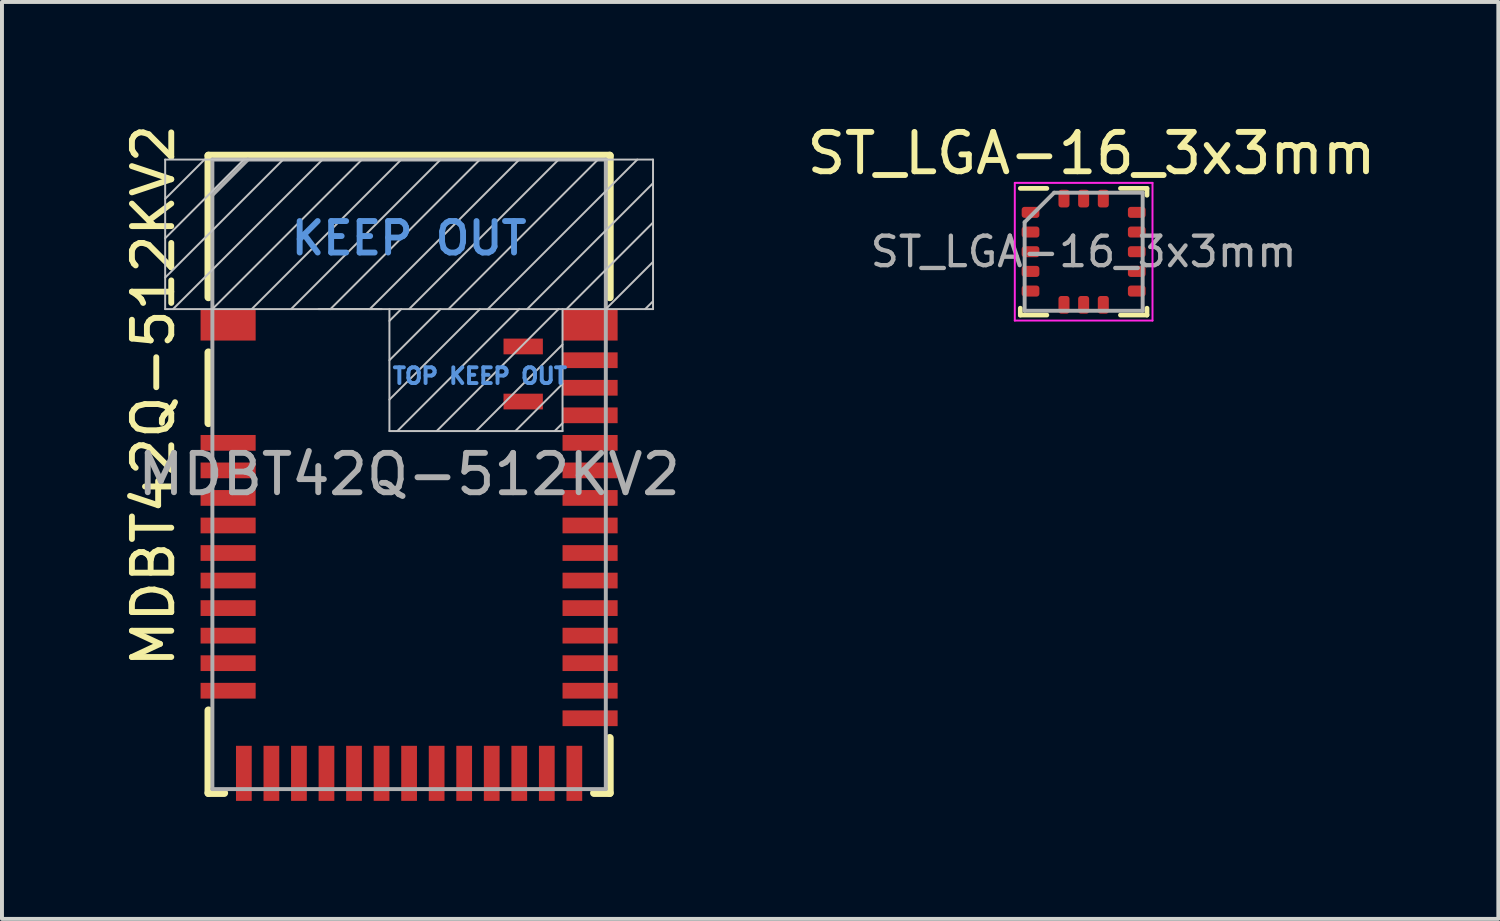
<source format=kicad_pcb>
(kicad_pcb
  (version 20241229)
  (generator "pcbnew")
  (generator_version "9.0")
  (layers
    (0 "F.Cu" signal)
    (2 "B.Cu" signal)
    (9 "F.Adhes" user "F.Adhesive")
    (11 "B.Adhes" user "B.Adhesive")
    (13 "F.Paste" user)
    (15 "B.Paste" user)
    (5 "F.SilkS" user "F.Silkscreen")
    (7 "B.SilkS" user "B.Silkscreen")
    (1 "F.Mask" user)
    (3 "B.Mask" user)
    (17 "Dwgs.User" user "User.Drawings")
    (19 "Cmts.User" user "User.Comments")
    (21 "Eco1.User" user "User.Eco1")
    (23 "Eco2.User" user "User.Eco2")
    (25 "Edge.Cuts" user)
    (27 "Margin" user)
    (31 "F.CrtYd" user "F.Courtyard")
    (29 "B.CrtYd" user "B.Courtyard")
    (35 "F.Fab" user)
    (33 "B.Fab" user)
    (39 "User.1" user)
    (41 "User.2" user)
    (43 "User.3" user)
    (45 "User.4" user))
  (footprint "ST_LGA-16_3x3mm"
    (layer "F.Cu")
    (at 24.493 3.348)
    (property "Reference" "ST_LGA-16_3x3mm" (at 0.2 -2.5 0) (layer "F.SilkS") (effects (font (size 1 1) (thickness 0.15))))
    (attr smd)
    (fp_line (start -1.61 1.61) (end -1.61 1.435) (stroke (width 0.12) (type solid)) (layer "F.SilkS"))
    (fp_line (start -0.935 -1.61) (end -1.61 -1.61) (stroke (width 0.12) (type solid)) (layer "F.SilkS"))
    (fp_line (start -0.935 1.61) (end -1.61 1.61) (stroke (width 0.12) (type solid)) (layer "F.SilkS"))
    (fp_line (start 0.935 -1.61) (end 1.61 -1.61) (stroke (width 0.12) (type solid)) (layer "F.SilkS"))
    (fp_line (start 0.935 1.61) (end 1.61 1.61) (stroke (width 0.12) (type solid)) (layer "F.SilkS"))
    (fp_line (start 1.61 -1.61) (end 1.61 -1.435) (stroke (width 0.12) (type solid)) (layer "F.SilkS"))
    (fp_line (start 1.61 1.61) (end 1.61 1.435) (stroke (width 0.12) (type solid)) (layer "F.SilkS"))
    (fp_line (start -1.75 -1.75) (end -1.75 1.75) (stroke (width 0.05) (type solid)) (layer "F.CrtYd"))
    (fp_line (start -1.75 1.75) (end 1.75 1.75) (stroke (width 0.05) (type solid)) (layer "F.CrtYd"))
    (fp_line (start 1.75 -1.75) (end -1.75 -1.75) (stroke (width 0.05) (type solid)) (layer "F.CrtYd"))
    (fp_line (start 1.75 1.75) (end 1.75 -1.75) (stroke (width 0.05) (type solid)) (layer "F.CrtYd"))
    (fp_line (start -1.5 -0.75) (end -0.75 -1.5) (stroke (width 0.1) (type solid)) (layer "F.Fab"))
    (fp_line (start -1.5 1.5) (end -1.5 -0.75) (stroke (width 0.1) (type solid)) (layer "F.Fab"))
    (fp_line (start -0.75 -1.5) (end 1.5 -1.5) (stroke (width 0.1) (type solid)) (layer "F.Fab"))
    (fp_line (start 1.5 -1.5) (end 1.5 1.5) (stroke (width 0.1) (type solid)) (layer "F.Fab"))
    (fp_line (start 1.5 1.5) (end -1.5 1.5) (stroke (width 0.1) (type solid)) (layer "F.Fab"))
    (fp_text user "${REFERENCE}" (at 0 0 0) (layer "F.Fab") (effects (font (size 0.75 0.75) (thickness 0.11))))
    (pad "1" smd roundrect (at -1.35 -1) (size 0.45 0.28) (layers "F.Cu" "F.Mask" "F.Paste") (roundrect_rratio 0.25))
    (pad "2" smd roundrect (at -1.35 -0.5) (size 0.45 0.28) (layers "F.Cu" "F.Mask" "F.Paste") (roundrect_rratio 0.25))
    (pad "3" smd roundrect (at -1.35 0) (size 0.45 0.28) (layers "F.Cu" "F.Mask" "F.Paste") (roundrect_rratio 0.25))
    (pad "4" smd roundrect (at -1.35 0.5) (size 0.45 0.28) (layers "F.Cu" "F.Mask" "F.Paste") (roundrect_rratio 0.25))
    (pad "5" smd roundrect (at -1.35 1) (size 0.45 0.28) (layers "F.Cu" "F.Mask" "F.Paste") (roundrect_rratio 0.25))
    (pad "6" smd roundrect (at -0.5 1.35) (size 0.28 0.45) (layers "F.Cu" "F.Mask" "F.Paste") (roundrect_rratio 0.25))
    (pad "7" smd roundrect (at 0 1.35) (size 0.28 0.45) (layers "F.Cu" "F.Mask" "F.Paste") (roundrect_rratio 0.25))
    (pad "8" smd roundrect (at 0.5 1.35) (size 0.28 0.45) (layers "F.Cu" "F.Mask" "F.Paste") (roundrect_rratio 0.25))
    (pad "9" smd roundrect (at 1.35 1) (size 0.45 0.28) (layers "F.Cu" "F.Mask" "F.Paste") (roundrect_rratio 0.25))
    (pad "10" smd roundrect (at 1.35 0.5) (size 0.45 0.28) (layers "F.Cu" "F.Mask" "F.Paste") (roundrect_rratio 0.25))
    (pad "11" smd roundrect (at 1.35 0) (size 0.45 0.28) (layers "F.Cu" "F.Mask" "F.Paste") (roundrect_rratio 0.25))
    (pad "12" smd roundrect (at 1.35 -0.5) (size 0.45 0.28) (layers "F.Cu" "F.Mask" "F.Paste") (roundrect_rratio 0.25))
    (pad "13" smd roundrect (at 1.35 -1) (size 0.45 0.28) (layers "F.Cu" "F.Mask" "F.Paste") (roundrect_rratio 0.25))
    (pad "14" smd roundrect (at 0.5 -1.35) (size 0.28 0.45) (layers "F.Cu" "F.Mask" "F.Paste") (roundrect_rratio 0.25))
    (pad "15" smd roundrect (at 0 -1.35) (size 0.28 0.45) (layers "F.Cu" "F.Mask" "F.Paste") (roundrect_rratio 0.25))
    (pad "16" smd roundrect (at -0.5 -1.35) (size 0.28 0.45) (layers "F.Cu" "F.Mask" "F.Paste") (roundrect_rratio 0.25)))
  (footprint "MDBT42Q-512KV2"
    (layer "F.Cu")
    (at 7.348 9.006)
    (property "Reference" "MDBT42Q-512KV2" (at -6.5 -2 90) (layer "F.SilkS") (effects (font (size 1 1) (thickness 0.15))))
    (attr smd)
    (fp_line (start -5.1 -8.1) (end 5.1 -8.1) (stroke (width 0.2) (type solid)) (layer "F.SilkS"))
    (fp_line (start -5.1 -4.5) (end -5.1 -8.1) (stroke (width 0.2) (type solid)) (layer "F.SilkS"))
    (fp_line (start -5.1 -3.1) (end -5.1 -1.3) (stroke (width 0.2) (type solid)) (layer "F.SilkS"))
    (fp_line (start -5.1 6) (end -5.1 8.1) (stroke (width 0.2) (type solid)) (layer "F.SilkS"))
    (fp_line (start -5.1 8.1) (end -4.7 8.1) (stroke (width 0.2) (type solid)) (layer "F.SilkS"))
    (fp_line (start 4.7 8.1) (end 5.1 8.1) (stroke (width 0.2) (type solid)) (layer "F.SilkS"))
    (fp_line (start 5.1 -8.1) (end 5.1 -4.5) (stroke (width 0.2) (type solid)) (layer "F.SilkS"))
    (fp_line (start 5.1 8.1) (end 5.1 6.7) (stroke (width 0.2) (type solid)) (layer "F.SilkS"))
    (fp_line (start -6.2 -8) (end 6.2 -8) (stroke (width 0.05) (type solid)) (layer "Dwgs.User"))
    (fp_line (start -6.2 -4.2) (end -6.2 -8) (stroke (width 0.05) (type solid)) (layer "Dwgs.User"))
    (fp_line (start -6.2 -4.2) (end 6.2 -4.2) (stroke (width 0.05) (type solid)) (layer "Dwgs.User"))
    (fp_line (start -5.2 -8) (end -6.2 -7) (stroke (width 0.05) (type solid)) (layer "Dwgs.User"))
    (fp_line (start -4.2 -8) (end -6.2 -6) (stroke (width 0.05) (type solid)) (layer "Dwgs.User"))
    (fp_line (start -4 -4.2) (end -0.2 -8) (stroke (width 0.05) (type solid)) (layer "Dwgs.User"))
    (fp_line (start -3.2 -8) (end -6.2 -5) (stroke (width 0.05) (type solid)) (layer "Dwgs.User"))
    (fp_line (start -2.3 -4.2) (end -0.7 -4.2) (stroke (width 0.05) (type solid)) (layer "Dwgs.User"))
    (fp_line (start -2.2 -8) (end -6 -4.2) (stroke (width 0.05) (type solid)) (layer "Dwgs.User"))
    (fp_line (start -2 -4.2) (end 1.8 -8) (stroke (width 0.05) (type solid)) (layer "Dwgs.User"))
    (fp_line (start -1.2 -8) (end -5 -4.2) (stroke (width 0.05) (type solid)) (layer "Dwgs.User"))
    (fp_line (start -0.5 -1.1) (end -0.5 -4.2) (stroke (width 0.05) (type solid)) (layer "Dwgs.User"))
    (fp_line (start -0.2 -4.2) (end -0.5 -3.9) (stroke (width 0.05) (type solid)) (layer "Dwgs.User"))
    (fp_line (start 0.8 -8) (end -3 -4.2) (stroke (width 0.05) (type solid)) (layer "Dwgs.User"))
    (fp_line (start 0.8 -4.2) (end -0.5 -2.9) (stroke (width 0.05) (type solid)) (layer "Dwgs.User"))
    (fp_line (start 1.7 -1.1) (end 3.9 -3.3) (stroke (width 0.05) (type solid)) (layer "Dwgs.User"))
    (fp_line (start 1.8 -4.2) (end -0.5 -1.9) (stroke (width 0.05) (type solid)) (layer "Dwgs.User"))
    (fp_line (start 2.7 -1.1) (end 3.9 -2.3) (stroke (width 0.05) (type solid)) (layer "Dwgs.User"))
    (fp_line (start 2.8 -8) (end -1 -4.2) (stroke (width 0.05) (type solid)) (layer "Dwgs.User"))
    (fp_line (start 2.8 -4.2) (end -0.3 -1.1) (stroke (width 0.05) (type solid)) (layer "Dwgs.User"))
    (fp_line (start 3.7 -1.1) (end 3.9 -1.3) (stroke (width 0.05) (type solid)) (layer "Dwgs.User"))
    (fp_line (start 3.8 -8) (end 0 -4.2) (stroke (width 0.05) (type solid)) (layer "Dwgs.User"))
    (fp_line (start 3.8 -4.2) (end 0.7 -1.1) (stroke (width 0.05) (type solid)) (layer "Dwgs.User"))
    (fp_line (start 3.9 -4.2) (end 3.9 -1.1) (stroke (width 0.05) (type solid)) (layer "Dwgs.User"))
    (fp_line (start 3.9 -1.1) (end -0.5 -1.1) (stroke (width 0.05) (type solid)) (layer "Dwgs.User"))
    (fp_line (start 4 -4.2) (end 6.2 -6.4) (stroke (width 0.05) (type solid)) (layer "Dwgs.User"))
    (fp_line (start 4.8 -8) (end 1 -4.2) (stroke (width 0.05) (type solid)) (layer "Dwgs.User"))
    (fp_line (start 5 -4.2) (end 6.2 -5.4) (stroke (width 0.05) (type solid)) (layer "Dwgs.User"))
    (fp_line (start 5.8 -8) (end 2 -4.2) (stroke (width 0.05) (type solid)) (layer "Dwgs.User"))
    (fp_line (start 6 -4.2) (end 6.2 -4.4) (stroke (width 0.05) (type solid)) (layer "Dwgs.User"))
    (fp_line (start 6.2 -8) (end 6.2 -4.2) (stroke (width 0.05) (type solid)) (layer "Dwgs.User"))
    (fp_line (start 6.2 -7.4) (end 3 -4.2) (stroke (width 0.05) (type solid)) (layer "Dwgs.User"))
    (fp_line (start -5 -8) (end -5 8) (stroke (width 0.1) (type solid)) (layer "F.Fab"))
    (fp_line (start -5 -7.1) (end -4.1 -8) (stroke (width 0.1) (type solid)) (layer "F.Fab"))
    (fp_line (start -5 8) (end 5 8) (stroke (width 0.1) (type solid)) (layer "F.Fab"))
    (fp_line (start 5 -8) (end -5 -8) (stroke (width 0.1) (type solid)) (layer "F.Fab"))
    (fp_line (start 5 8) (end 5 -8) (stroke (width 0.1) (type solid)) (layer "F.Fab"))
    (fp_text user "TOP KEEP OUT" (at 1.8 -2.5 0) (layer "Cmts.User") (effects (font (size 0.4 0.4) (thickness 0.1))))
    (fp_text user "KEEP OUT" (at 0 -6 0) (layer "Cmts.User") (effects (font (size 0.8 0.8) (thickness 0.15))))
    (fp_text user "${REFERENCE}" (at 0 0 0) (layer "F.Fab") (effects (font (size 1 1) (thickness 0.15))))
    (pad "1" smd rect (at -4.6 -3.8 90) (size 0.8 1.4) (layers "F.Cu" "F.Mask" "F.Paste"))
    (pad "2" smd rect (at -4.6 -0.8 90) (size 0.4 1.4) (layers "F.Cu" "F.Mask" "F.Paste"))
    (pad "3" smd rect (at -4.6 -0.1 90) (size 0.4 1.4) (layers "F.Cu" "F.Mask" "F.Paste"))
    (pad "4" smd rect (at -4.6 0.6 90) (size 0.4 1.4) (layers "F.Cu" "F.Mask" "F.Paste"))
    (pad "5" smd rect (at -4.6 1.3 90) (size 0.4 1.4) (layers "F.Cu" "F.Mask" "F.Paste"))
    (pad "6" smd rect (at -4.6 2 90) (size 0.4 1.4) (layers "F.Cu" "F.Mask" "F.Paste"))
    (pad "7" smd rect (at -4.6 2.7 90) (size 0.4 1.4) (layers "F.Cu" "F.Mask" "F.Paste"))
    (pad "8" smd rect (at -4.6 3.4 90) (size 0.4 1.4) (layers "F.Cu" "F.Mask" "F.Paste"))
    (pad "9" smd rect (at -4.6 4.1 90) (size 0.4 1.4) (layers "F.Cu" "F.Mask" "F.Paste"))
    (pad "10" smd rect (at -4.6 4.8 90) (size 0.4 1.4) (layers "F.Cu" "F.Mask" "F.Paste"))
    (pad "11" smd rect (at -4.6 5.5 90) (size 0.4 1.4) (layers "F.Cu" "F.Mask" "F.Paste"))
    (pad "12" smd rect (at -4.2 7.6) (size 0.4 1.4) (layers "F.Cu" "F.Mask" "F.Paste"))
    (pad "13" smd rect (at -3.5 7.6) (size 0.4 1.4) (layers "F.Cu" "F.Mask" "F.Paste"))
    (pad "14" smd rect (at -2.8 7.6) (size 0.4 1.4) (layers "F.Cu" "F.Mask" "F.Paste"))
    (pad "15" smd rect (at -2.1 7.6) (size 0.4 1.4) (layers "F.Cu" "F.Mask" "F.Paste"))
    (pad "16" smd rect (at -1.4 7.6) (size 0.4 1.4) (layers "F.Cu" "F.Mask" "F.Paste"))
    (pad "17" smd rect (at -0.7 7.6) (size 0.4 1.4) (layers "F.Cu" "F.Mask" "F.Paste"))
    (pad "18" smd rect (at 0 7.6) (size 0.4 1.4) (layers "F.Cu" "F.Mask" "F.Paste"))
    (pad "19" smd rect (at 0.7 7.6) (size 0.4 1.4) (layers "F.Cu" "F.Mask" "F.Paste"))
    (pad "20" smd rect (at 1.4 7.6) (size 0.4 1.4) (layers "F.Cu" "F.Mask" "F.Paste"))
    (pad "21" smd rect (at 2.1 7.6) (size 0.4 1.4) (layers "F.Cu" "F.Mask" "F.Paste"))
    (pad "22" smd rect (at 2.8 7.6) (size 0.4 1.4) (layers "F.Cu" "F.Mask" "F.Paste"))
    (pad "23" smd rect (at 3.5 7.6) (size 0.4 1.4) (layers "F.Cu" "F.Mask" "F.Paste"))
    (pad "24" smd rect (at 4.2 7.6) (size 0.4 1.4) (layers "F.Cu" "F.Mask" "F.Paste"))
    (pad "25" smd rect (at 4.6 6.2 90) (size 0.4 1.4) (layers "F.Cu" "F.Mask" "F.Paste"))
    (pad "26" smd rect (at 4.6 5.5 90) (size 0.4 1.4) (layers "F.Cu" "F.Mask" "F.Paste"))
    (pad "27" smd rect (at 4.6 4.8 90) (size 0.4 1.4) (layers "F.Cu" "F.Mask" "F.Paste"))
    (pad "28" smd rect (at 4.6 4.1 90) (size 0.4 1.4) (layers "F.Cu" "F.Mask" "F.Paste"))
    (pad "29" smd rect (at 4.6 3.4 90) (size 0.4 1.4) (layers "F.Cu" "F.Mask" "F.Paste"))
    (pad "30" smd rect (at 4.6 2.7 90) (size 0.4 1.4) (layers "F.Cu" "F.Mask" "F.Paste"))
    (pad "31" smd rect (at 4.6 2 90) (size 0.4 1.4) (layers "F.Cu" "F.Mask" "F.Paste"))
    (pad "32" smd rect (at 4.6 1.3 90) (size 0.4 1.4) (layers "F.Cu" "F.Mask" "F.Paste"))
    (pad "33" smd rect (at 4.6 0.6 90) (size 0.4 1.4) (layers "F.Cu" "F.Mask" "F.Paste"))
    (pad "34" smd rect (at 4.6 -0.1 90) (size 0.4 1.4) (layers "F.Cu" "F.Mask" "F.Paste"))
    (pad "35" smd rect (at 4.6 -0.8 90) (size 0.4 1.4) (layers "F.Cu" "F.Mask" "F.Paste"))
    (pad "36" smd rect (at 4.6 -1.5 90) (size 0.4 1.4) (layers "F.Cu" "F.Mask" "F.Paste"))
    (pad "37" smd rect (at 4.6 -2.2 90) (size 0.4 1.4) (layers "F.Cu" "F.Mask" "F.Paste"))
    (pad "38" smd rect (at 4.6 -2.9 90) (size 0.4 1.4) (layers "F.Cu" "F.Mask" "F.Paste"))
    (pad "39" smd rect (at 4.6 -3.8 90) (size 0.8 1.4) (layers "F.Cu" "F.Mask" "F.Paste"))
    (pad "40" smd rect (at 2.9 -3.25 90) (size 0.4 1) (layers "F.Cu" "F.Mask" "F.Paste"))
    (pad "41" smd rect (at 2.9 -1.85 90) (size 0.4 1) (layers "F.Cu" "F.Mask" "F.Paste")))
  (gr_rect
    (start -3 -3)
    (end 35.033 20.306)
    (stroke (width 0.1) (type default))
    (fill no)
    (layer "Edge.Cuts")))
</source>
